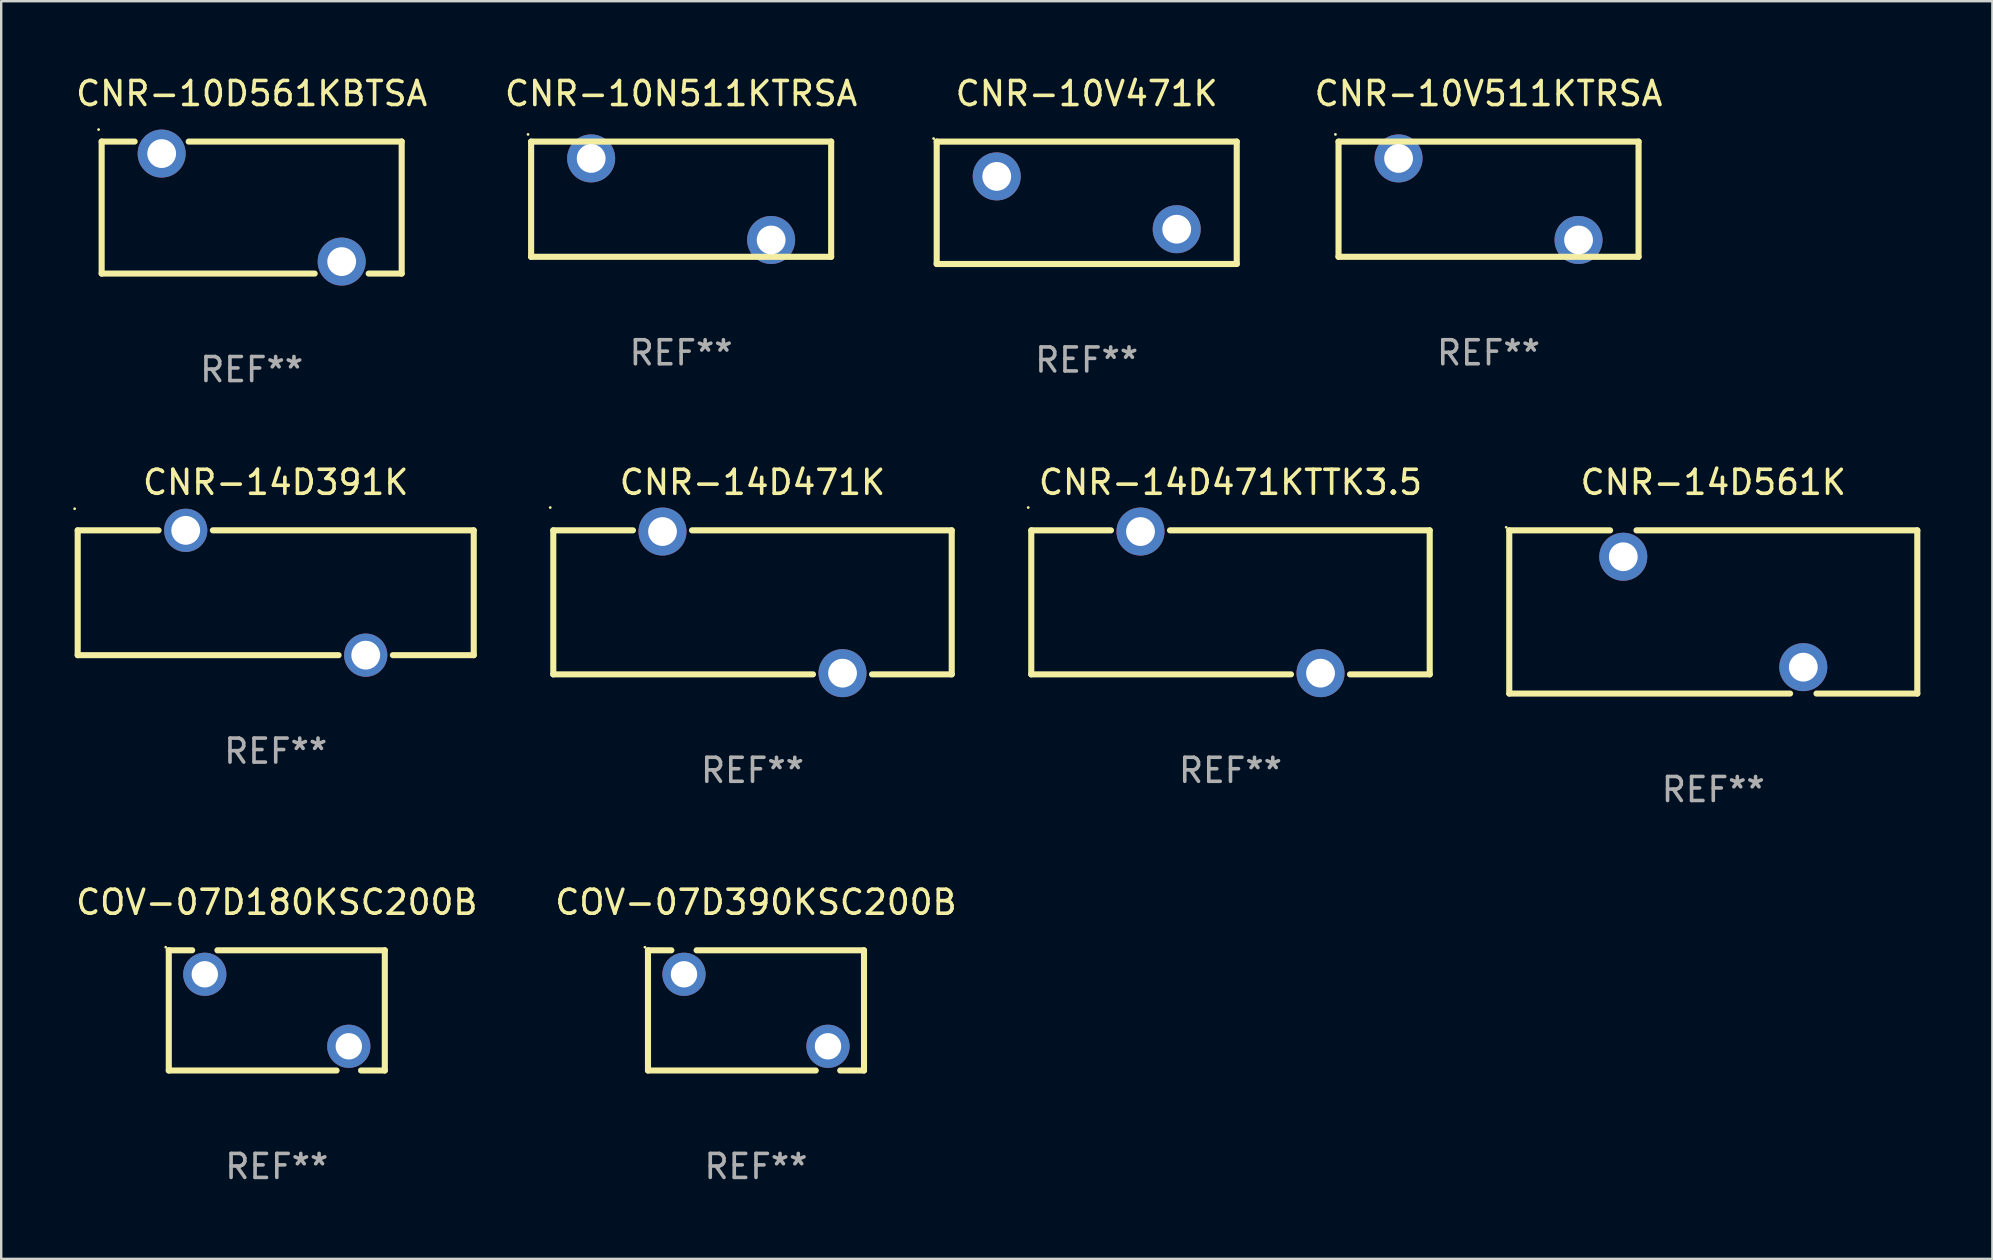
<source format=kicad_pcb>
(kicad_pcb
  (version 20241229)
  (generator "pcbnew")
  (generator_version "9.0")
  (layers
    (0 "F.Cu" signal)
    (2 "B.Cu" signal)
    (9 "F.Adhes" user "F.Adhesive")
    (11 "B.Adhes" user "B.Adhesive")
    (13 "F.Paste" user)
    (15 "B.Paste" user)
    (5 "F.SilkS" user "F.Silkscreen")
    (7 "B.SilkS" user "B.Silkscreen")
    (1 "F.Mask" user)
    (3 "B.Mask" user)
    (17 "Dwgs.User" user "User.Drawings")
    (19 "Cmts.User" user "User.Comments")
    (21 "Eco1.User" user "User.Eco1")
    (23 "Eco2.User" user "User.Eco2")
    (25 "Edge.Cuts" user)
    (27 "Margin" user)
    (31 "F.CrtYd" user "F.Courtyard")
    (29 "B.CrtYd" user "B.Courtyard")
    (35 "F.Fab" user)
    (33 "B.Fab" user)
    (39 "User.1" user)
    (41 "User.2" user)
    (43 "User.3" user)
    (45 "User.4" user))
  (footprint "COV-07D180KSC200B"
    (layer "F.Cu")
    (at 8.482 39.045)
    (property "Reference" "COV-07D180KSC200B" (at 0 -4.504 0) (layer "F.SilkS") (effects (font (size 1 1) (thickness 0.15))))
    (attr through_hole)
    (fp_line (start -4.5 -2.504) (end -4.5 2.504) (stroke (width 0.254) (type solid)) (layer "F.SilkS"))
    (fp_line (start -4.5 -2.504) (end -3.526 -2.504) (stroke (width 0.254) (type solid)) (layer "F.SilkS"))
    (fp_line (start -4.5 2.504) (end 2.49 2.504) (stroke (width 0.254) (type solid)) (layer "F.SilkS"))
    (fp_line (start -2.474 -2.504) (end 4.5 -2.504) (stroke (width 0.254) (type solid)) (layer "F.SilkS"))
    (fp_line (start 3.51 2.504) (end 4.5 2.504) (stroke (width 0.254) (type solid)) (layer "F.SilkS"))
    (fp_line (start 4.5 2.504) (end 4.5 -2.504) (stroke (width 0.254) (type solid)) (layer "F.SilkS"))
    (fp_circle (center -4.627 -2.631) (end -4.597 -2.631) (stroke (width 0.06) (type solid)) (fill no) (layer "F.SilkS"))
    (fp_text user "REF**" (at 0 6.504 0) (layer "F.Fab") (effects (font (size 1 1) (thickness 0.15))))
    (pad "1" thru_hole circle (at -3 -1.504) (size 1.8 1.8) (drill 1.1) (layers "*.Cu" "*.Mask"))
    (pad "2" thru_hole circle (at 3 1.496) (size 1.8 1.8) (drill 1.1) (layers "*.Cu" "*.Mask")))
  (footprint "CNR-14D471K"
    (layer "F.Cu")
    (at 28.301 22.045)
    (property "Reference" "CNR-14D471K" (at 0 -5 0) (layer "F.SilkS") (effects (font (size 1 1) (thickness 0.15))))
    (attr through_hole)
    (fp_line (start -8.3 -3) (end -8.3 3) (stroke (width 0.254) (type solid)) (layer "F.SilkS"))
    (fp_line (start -8.3 -3) (end -4.98 -3) (stroke (width 0.254) (type solid)) (layer "F.SilkS"))
    (fp_line (start -8.3 3) (end 2.52 3) (stroke (width 0.254) (type solid)) (layer "F.SilkS"))
    (fp_line (start -2.52 -3) (end 8.3 -3) (stroke (width 0.254) (type solid)) (layer "F.SilkS"))
    (fp_line (start 4.98 3) (end 8.3 3) (stroke (width 0.254) (type solid)) (layer "F.SilkS"))
    (fp_line (start 8.3 -3) (end 8.3 3) (stroke (width 0.254) (type solid)) (layer "F.SilkS"))
    (fp_circle (center -8.427 -3.95) (end -8.397 -3.95) (stroke (width 0.06) (type solid)) (fill no) (layer "F.SilkS"))
    (fp_text user "REF**" (at 0 7 0) (layer "F.Fab") (effects (font (size 1 1) (thickness 0.15))))
    (pad "1" thru_hole circle (at -3.75 -2.95) (size 2 2) (drill 1.2) (layers "*.Cu" "*.Mask"))
    (pad "2" thru_hole circle (at 3.75 2.95) (size 2 2) (drill 1.2) (layers "*.Cu" "*.Mask")))
  (footprint "CNR-10V511KTRSA"
    (layer "F.Cu")
    (at 58.965 5.249)
    (property "Reference" "CNR-10V511KTRSA" (at 0 -4.4 0) (layer "F.SilkS") (effects (font (size 1 1) (thickness 0.15))))
    (attr through_hole)
    (fp_line (start -6.249 -2.4) (end 6.251 -2.4) (stroke (width 0.254) (type solid)) (layer "F.SilkS"))
    (fp_line (start -6.249 2.4) (end -6.249 -2.4) (stroke (width 0.254) (type solid)) (layer "F.SilkS"))
    (fp_line (start 6.251 -2.4) (end 6.251 2.4) (stroke (width 0.254) (type solid)) (layer "F.SilkS"))
    (fp_line (start 6.251 2.4) (end -6.251 2.4) (stroke (width 0.254) (type solid)) (layer "F.SilkS"))
    (fp_circle (center -6.378 -2.699) (end -6.348 -2.699) (stroke (width 0.06) (type solid)) (fill no) (layer "F.SilkS"))
    (fp_text user "REF**" (at 0 6.4 0) (layer "F.Fab") (effects (font (size 1 1) (thickness 0.15))))
    (pad "1" thru_hole circle (at -3.748 -1.699) (size 2 2) (drill 1.2) (layers "*.Cu" "*.Mask"))
    (pad "2" thru_hole circle (at 3.75 1.699) (size 2 2) (drill 1.2) (layers "*.Cu" "*.Mask")))
  (footprint "COV-07D390KSC200B"
    (layer "F.Cu")
    (at 28.446 39.045)
    (property "Reference" "COV-07D390KSC200B" (at 0 -4.504 0) (layer "F.SilkS") (effects (font (size 1 1) (thickness 0.15))))
    (attr through_hole)
    (fp_line (start -4.5 -2.504) (end -4.5 2.504) (stroke (width 0.254) (type solid)) (layer "F.SilkS"))
    (fp_line (start -4.5 -2.504) (end -3.526 -2.504) (stroke (width 0.254) (type solid)) (layer "F.SilkS"))
    (fp_line (start -4.5 2.504) (end 2.49 2.504) (stroke (width 0.254) (type solid)) (layer "F.SilkS"))
    (fp_line (start -2.474 -2.504) (end 4.5 -2.504) (stroke (width 0.254) (type solid)) (layer "F.SilkS"))
    (fp_line (start 3.51 2.504) (end 4.5 2.504) (stroke (width 0.254) (type solid)) (layer "F.SilkS"))
    (fp_line (start 4.5 2.504) (end 4.5 -2.504) (stroke (width 0.254) (type solid)) (layer "F.SilkS"))
    (fp_circle (center -4.627 -2.631) (end -4.597 -2.631) (stroke (width 0.06) (type solid)) (fill no) (layer "F.SilkS"))
    (fp_text user "REF**" (at 0 6.504 0) (layer "F.Fab") (effects (font (size 1 1) (thickness 0.15))))
    (pad "1" thru_hole circle (at -3 -1.504) (size 1.8 1.8) (drill 1.1) (layers "*.Cu" "*.Mask"))
    (pad "2" thru_hole circle (at 3 1.496) (size 1.8 1.8) (drill 1.1) (layers "*.Cu" "*.Mask")))
  (footprint "CNR-10D561KBTSA"
    (layer "F.Cu")
    (at 7.435 5.598)
    (property "Reference" "CNR-10D561KBTSA" (at 0 -4.75 0) (layer "F.SilkS") (effects (font (size 1 1) (thickness 0.15))))
    (attr through_hole)
    (fp_line (start -6.25 -2.75) (end -4.875 -2.75) (stroke (width 0.254) (type solid)) (layer "F.SilkS"))
    (fp_line (start -6.25 2.75) (end -6.25 -2.75) (stroke (width 0.254) (type solid)) (layer "F.SilkS"))
    (fp_line (start -6.25 2.75) (end 2.625 2.75) (stroke (width 0.254) (type solid)) (layer "F.SilkS"))
    (fp_line (start -2.625 -2.75) (end 6.25 -2.75) (stroke (width 0.254) (type solid)) (layer "F.SilkS"))
    (fp_line (start 4.875 2.75) (end 6.25 2.75) (stroke (width 0.254) (type solid)) (layer "F.SilkS"))
    (fp_line (start 6.25 -2.75) (end 6.25 2.75) (stroke (width 0.254) (type solid)) (layer "F.SilkS"))
    (fp_circle (center -6.377 -3.25) (end -6.347 -3.25) (stroke (width 0.06) (type solid)) (fill no) (layer "F.SilkS"))
    (fp_text user "REF**" (at 0 6.75 0) (layer "F.Fab") (effects (font (size 1 1) (thickness 0.15))))
    (pad "1" thru_hole circle (at -3.75 -2.25) (size 2 2) (drill 1.2) (layers "*.Cu" "*.Mask"))
    (pad "2" thru_hole circle (at 3.75 2.25) (size 2 2) (drill 1.2) (layers "*.Cu" "*.Mask")))
  (footprint "CNR-10V471K"
    (layer "F.Cu")
    (at 42.224 5.399)
    (property "Reference" "CNR-10V471K" (at 0 -4.55 0) (layer "F.SilkS") (effects (font (size 1 1) (thickness 0.15))))
    (attr through_hole)
    (fp_line (start -6.249 -2.55) (end 6.251 -2.55) (stroke (width 0.254) (type solid)) (layer "F.SilkS"))
    (fp_line (start -6.249 2.55) (end -6.249 -2.55) (stroke (width 0.254) (type solid)) (layer "F.SilkS"))
    (fp_line (start 6.251 -2.55) (end 6.251 2.55) (stroke (width 0.254) (type solid)) (layer "F.SilkS"))
    (fp_line (start 6.251 2.55) (end -6.251 2.55) (stroke (width 0.254) (type solid)) (layer "F.SilkS"))
    (fp_circle (center -6.378 -2.677) (end -6.348 -2.677) (stroke (width 0.06) (type solid)) (fill no) (layer "F.SilkS"))
    (fp_text user "REF**" (at 0 6.55 0) (layer "F.Fab") (effects (font (size 1 1) (thickness 0.15))))
    (pad "1" thru_hole circle (at -3.748 -1.1) (size 2 2) (drill 1.2) (layers "*.Cu" "*.Mask"))
    (pad "2" thru_hole circle (at 3.75 1.1) (size 2 2) (drill 1.2) (layers "*.Cu" "*.Mask")))
  (footprint "CNR-14D561K"
    (layer "F.Cu")
    (at 68.329 22.445)
    (property "Reference" "CNR-14D561K" (at 0 -5.4 0) (layer "F.SilkS") (effects (font (size 1 1) (thickness 0.15))))
    (attr through_hole)
    (fp_line (start -8.5 -3.4) (end -8.5 3.4) (stroke (width 0.254) (type solid)) (layer "F.SilkS"))
    (fp_line (start -8.5 -3.4) (end -4.3 -3.4) (stroke (width 0.254) (type solid)) (layer "F.SilkS"))
    (fp_line (start -8.5 3.4) (end 3.2 3.4) (stroke (width 0.254) (type solid)) (layer "F.SilkS"))
    (fp_line (start -3.2 -3.4) (end 8.5 -3.4) (stroke (width 0.254) (type solid)) (layer "F.SilkS"))
    (fp_line (start 4.3 3.4) (end 8.5 3.4) (stroke (width 0.254) (type solid)) (layer "F.SilkS"))
    (fp_line (start 8.5 -3.4) (end 8.5 3.4) (stroke (width 0.254) (type solid)) (layer "F.SilkS"))
    (fp_circle (center -8.627 -3.527) (end -8.597 -3.527) (stroke (width 0.06) (type solid)) (fill no) (layer "F.SilkS"))
    (fp_text user "REF**" (at 0 7.4 0) (layer "F.Fab") (effects (font (size 1 1) (thickness 0.15))))
    (pad "1" thru_hole circle (at -3.75 -2.3) (size 2 2) (drill 1.2) (layers "*.Cu" "*.Mask"))
    (pad "2" thru_hole circle (at 3.75 2.3) (size 2 2) (drill 1.2) (layers "*.Cu" "*.Mask")))
  (footprint "CNR-14D471KTTK3.5"
    (layer "F.Cu")
    (at 48.215 22.045)
    (property "Reference" "CNR-14D471KTTK3.5" (at 0 -5 0) (layer "F.SilkS") (effects (font (size 1 1) (thickness 0.15))))
    (attr through_hole)
    (fp_line (start -8.3 -3) (end -8.3 3) (stroke (width 0.254) (type solid)) (layer "F.SilkS"))
    (fp_line (start -8.3 -3) (end -4.98 -3) (stroke (width 0.254) (type solid)) (layer "F.SilkS"))
    (fp_line (start -8.3 3) (end 2.52 3) (stroke (width 0.254) (type solid)) (layer "F.SilkS"))
    (fp_line (start -2.52 -3) (end 8.3 -3) (stroke (width 0.254) (type solid)) (layer "F.SilkS"))
    (fp_line (start 4.98 3) (end 8.3 3) (stroke (width 0.254) (type solid)) (layer "F.SilkS"))
    (fp_line (start 8.3 -3) (end 8.3 3) (stroke (width 0.254) (type solid)) (layer "F.SilkS"))
    (fp_circle (center -8.427 -3.95) (end -8.397 -3.95) (stroke (width 0.06) (type solid)) (fill no) (layer "F.SilkS"))
    (fp_text user "REF**" (at 0 7 0) (layer "F.Fab") (effects (font (size 1 1) (thickness 0.15))))
    (pad "1" thru_hole circle (at -3.75 -2.95) (size 2 2) (drill 1.2) (layers "*.Cu" "*.Mask"))
    (pad "2" thru_hole circle (at 3.75 2.95) (size 2 2) (drill 1.2) (layers "*.Cu" "*.Mask")))
  (footprint "CNR-14D391K"
    (layer "F.Cu")
    (at 8.437 21.645)
    (property "Reference" "CNR-14D391K" (at 0 -4.6 0) (layer "F.SilkS") (effects (font (size 1 1) (thickness 0.15))))
    (attr through_hole)
    (fp_line (start -8.25 -2.6) (end -4.881 -2.6) (stroke (width 0.254) (type solid)) (layer "F.SilkS"))
    (fp_line (start -8.25 2.6) (end -8.25 -2.6) (stroke (width 0.254) (type solid)) (layer "F.SilkS"))
    (fp_line (start -8.25 2.6) (end 2.619 2.6) (stroke (width 0.254) (type solid)) (layer "F.SilkS"))
    (fp_line (start -2.619 -2.6) (end 8.25 -2.6) (stroke (width 0.254) (type solid)) (layer "F.SilkS"))
    (fp_line (start 4.881 2.6) (end 8.25 2.6) (stroke (width 0.254) (type solid)) (layer "F.SilkS"))
    (fp_line (start 8.25 -2.6) (end 8.25 2.6) (stroke (width 0.254) (type solid)) (layer "F.SilkS"))
    (fp_circle (center -8.377 -3.5) (end -8.347 -3.5) (stroke (width 0.06) (type solid)) (fill no) (layer "F.SilkS"))
    (fp_text user "REF**" (at 0 6.6 0) (layer "F.Fab") (effects (font (size 1 1) (thickness 0.15))))
    (pad "1" thru_hole circle (at -3.75 -2.6) (size 1.8 1.8) (drill 1.2) (layers "*.Cu" "*.Mask"))
    (pad "2" thru_hole circle (at 3.75 2.6) (size 1.8 1.8) (drill 1.2) (layers "*.Cu" "*.Mask")))
  (footprint "CNR-10N511KTRSA"
    (layer "F.Cu")
    (at 25.327 5.249)
    (property "Reference" "CNR-10N511KTRSA" (at 0 -4.4 0) (layer "F.SilkS") (effects (font (size 1 1) (thickness 0.15))))
    (attr through_hole)
    (fp_line (start -6.249 -2.4) (end 6.251 -2.4) (stroke (width 0.254) (type solid)) (layer "F.SilkS"))
    (fp_line (start -6.249 2.4) (end -6.249 -2.4) (stroke (width 0.254) (type solid)) (layer "F.SilkS"))
    (fp_line (start 6.251 -2.4) (end 6.251 2.4) (stroke (width 0.254) (type solid)) (layer "F.SilkS"))
    (fp_line (start 6.251 2.4) (end -6.251 2.4) (stroke (width 0.254) (type solid)) (layer "F.SilkS"))
    (fp_circle (center -6.378 -2.699) (end -6.348 -2.699) (stroke (width 0.06) (type solid)) (fill no) (layer "F.SilkS"))
    (fp_text user "REF**" (at 0 6.4 0) (layer "F.Fab") (effects (font (size 1 1) (thickness 0.15))))
    (pad "1" thru_hole circle (at -3.748 -1.699) (size 2 2) (drill 1.2) (layers "*.Cu" "*.Mask"))
    (pad "2" thru_hole circle (at 3.75 1.699) (size 2 2) (drill 1.2) (layers "*.Cu" "*.Mask")))
  (gr_rect
    (start -3 -3)
    (end 79.956 49.397)
    (stroke (width 0.1) (type default))
    (fill no)
    (layer "Edge.Cuts")))
</source>
